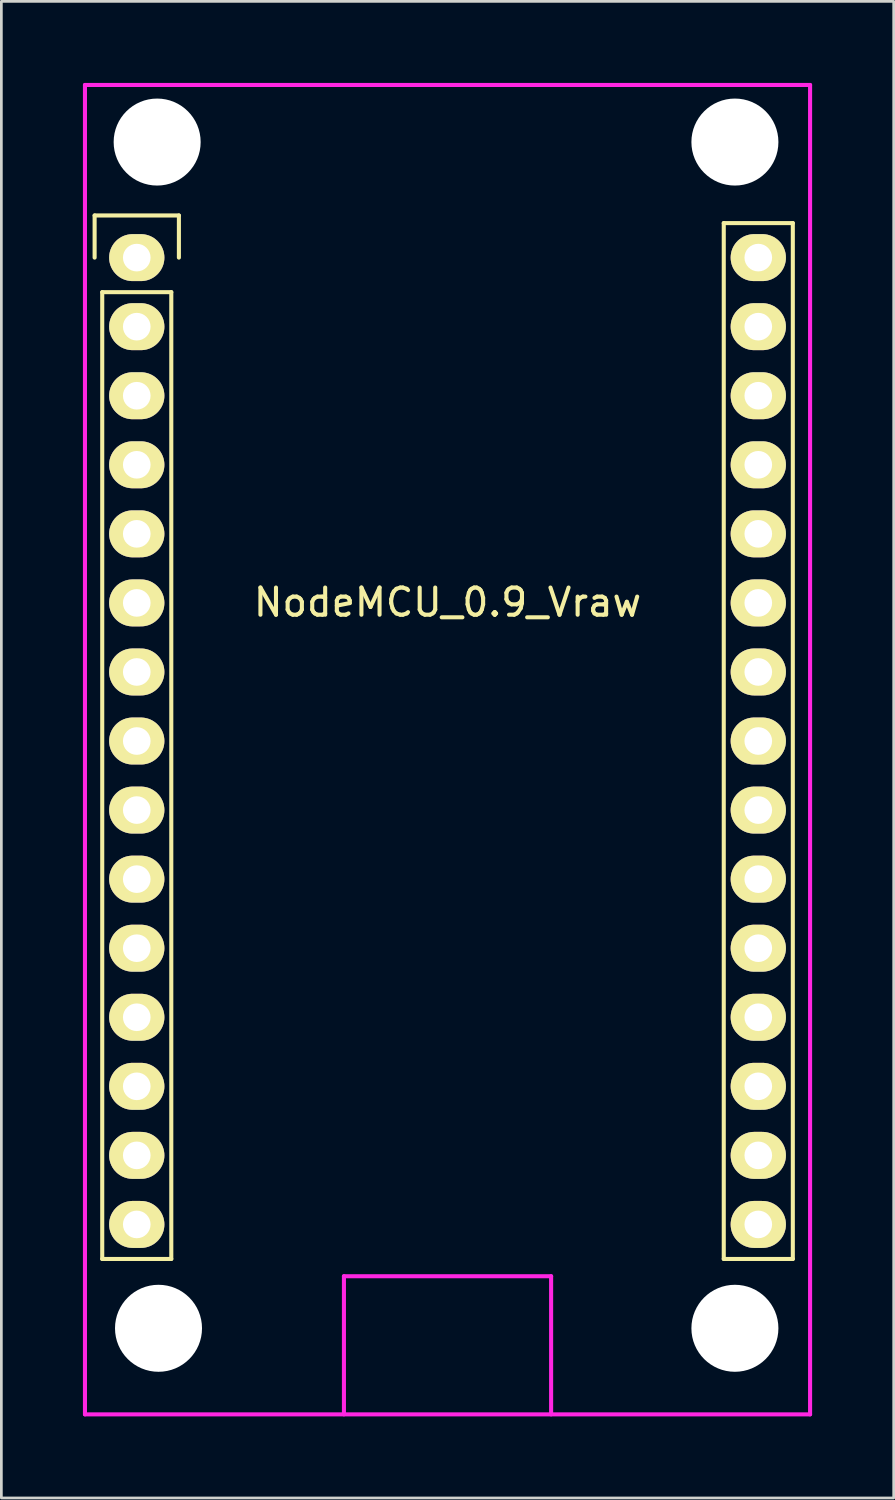
<source format=kicad_pcb>
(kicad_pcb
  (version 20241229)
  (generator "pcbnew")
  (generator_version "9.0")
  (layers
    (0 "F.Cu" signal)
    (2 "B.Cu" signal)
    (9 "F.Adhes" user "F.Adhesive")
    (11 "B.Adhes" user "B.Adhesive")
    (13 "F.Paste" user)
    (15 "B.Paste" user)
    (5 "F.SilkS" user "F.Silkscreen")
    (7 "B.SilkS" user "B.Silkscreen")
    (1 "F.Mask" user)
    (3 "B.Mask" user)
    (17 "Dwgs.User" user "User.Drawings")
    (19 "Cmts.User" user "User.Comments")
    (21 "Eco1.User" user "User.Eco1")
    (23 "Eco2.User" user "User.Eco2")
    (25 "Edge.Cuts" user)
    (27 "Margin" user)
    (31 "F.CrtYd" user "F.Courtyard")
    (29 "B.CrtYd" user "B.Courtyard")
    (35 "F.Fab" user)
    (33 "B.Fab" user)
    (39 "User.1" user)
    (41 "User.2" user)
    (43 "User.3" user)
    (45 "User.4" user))
  (footprint "NodeMCU_0.9_Vraw"
    (layer "F.Cu")
    (at 1.98 6.425)
    (property "Reference" "NodeMCU_0.9_Vraw" (at 11.43 12.68 0) (layer "F.SilkS") (effects (font (size 1 1) (thickness 0.15))))
    (attr through_hole)
    (fp_line (start -1.55 -1.55) (end 1.55 -1.55) (stroke (width 0.15) (type solid)) (layer "F.SilkS"))
    (fp_line (start -1.55 0) (end -1.55 -1.55) (stroke (width 0.15) (type solid)) (layer "F.SilkS"))
    (fp_line (start -1.27 1.27) (end -1.27 36.83) (stroke (width 0.15) (type solid)) (layer "F.SilkS"))
    (fp_line (start -1.27 36.83) (end 1.27 36.83) (stroke (width 0.15) (type solid)) (layer "F.SilkS"))
    (fp_line (start 1.27 1.27) (end -1.27 1.27) (stroke (width 0.15) (type solid)) (layer "F.SilkS"))
    (fp_line (start 1.27 36.83) (end 1.27 1.27) (stroke (width 0.15) (type solid)) (layer "F.SilkS"))
    (fp_line (start 1.55 -1.55) (end 1.55 0) (stroke (width 0.15) (type solid)) (layer "F.SilkS"))
    (fp_line (start 21.59 -1.27) (end 21.59 36.83) (stroke (width 0.15) (type solid)) (layer "F.SilkS"))
    (fp_line (start 21.59 36.83) (end 24.13 36.83) (stroke (width 0.15) (type solid)) (layer "F.SilkS"))
    (fp_line (start 24.13 -1.27) (end 21.59 -1.27) (stroke (width 0.15) (type solid)) (layer "F.SilkS"))
    (fp_line (start 24.13 36.83) (end 24.13 -1.27) (stroke (width 0.15) (type solid)) (layer "F.SilkS"))
    (fp_line (start -1.905 -6.35) (end 24.765 -6.35) (stroke (width 0.15) (type solid)) (layer "F.CrtYd"))
    (fp_line (start -1.905 42.545) (end -1.905 -6.35) (stroke (width 0.15) (type solid)) (layer "F.CrtYd"))
    (fp_line (start 7.62 37.465) (end 15.24 37.465) (stroke (width 0.15) (type solid)) (layer "F.CrtYd"))
    (fp_line (start 7.62 42.545) (end 7.62 37.465) (stroke (width 0.15) (type solid)) (layer "F.CrtYd"))
    (fp_line (start 15.24 37.465) (end 15.24 42.545) (stroke (width 0.15) (type solid)) (layer "F.CrtYd"))
    (fp_line (start 24.765 -6.35) (end 24.765 42.545) (stroke (width 0.15) (type solid)) (layer "F.CrtYd"))
    (fp_line (start 24.765 42.545) (end -1.905 42.545) (stroke (width 0.15) (type solid)) (layer "F.CrtYd"))
    (pad "" np_thru_hole circle (at 0.75 -4.25) (size 3.2 3.2) (drill 3.2) (layers "*.Cu" "*.Mask"))
    (pad "" np_thru_hole circle (at 0.8 39.38) (size 3.2 3.2) (drill 3.2) (layers "*.Cu" "*.Mask"))
    (pad "" np_thru_hole circle (at 22 -4.25) (size 3.2 3.2) (drill 3.2) (layers "*.Cu" "*.Mask"))
    (pad "" np_thru_hole circle (at 22 39.38) (size 3.2 3.2) (drill 3.2) (layers "*.Cu" "*.Mask"))
    (pad "1" thru_hole oval (at 0 0) (size 2.032 1.727) (drill 1.016) (layers "*.Cu" "*.Mask" "F.SilkS"))
    (pad "2" thru_hole oval (at 0 2.54) (size 2.032 1.727) (drill 1.016) (layers "*.Cu" "*.Mask" "F.SilkS"))
    (pad "3" thru_hole oval (at 0 5.08) (size 2.032 1.727) (drill 1.016) (layers "*.Cu" "*.Mask" "F.SilkS"))
    (pad "4" thru_hole oval (at 0 7.62) (size 2.032 1.727) (drill 1.016) (layers "*.Cu" "*.Mask" "F.SilkS"))
    (pad "5" thru_hole oval (at 0 10.16) (size 2.032 1.727) (drill 1.016) (layers "*.Cu" "*.Mask" "F.SilkS"))
    (pad "6" thru_hole oval (at 0 12.7) (size 2.032 1.727) (drill 1.016) (layers "*.Cu" "*.Mask" "F.SilkS"))
    (pad "7" thru_hole oval (at 0 15.24) (size 2.032 1.727) (drill 1.016) (layers "*.Cu" "*.Mask" "F.SilkS"))
    (pad "8" thru_hole oval (at 0 17.78) (size 2.032 1.727) (drill 1.016) (layers "*.Cu" "*.Mask" "F.SilkS"))
    (pad "9" thru_hole oval (at 0 20.32) (size 2.032 1.727) (drill 1.016) (layers "*.Cu" "*.Mask" "F.SilkS"))
    (pad "10" thru_hole oval (at 0 22.86) (size 2.032 1.727) (drill 1.016) (layers "*.Cu" "*.Mask" "F.SilkS"))
    (pad "11" thru_hole oval (at 0 25.4) (size 2.032 1.727) (drill 1.016) (layers "*.Cu" "*.Mask" "F.SilkS"))
    (pad "12" thru_hole oval (at 0 27.94) (size 2.032 1.727) (drill 1.016) (layers "*.Cu" "*.Mask" "F.SilkS"))
    (pad "13" thru_hole oval (at 0 30.48) (size 2.032 1.727) (drill 1.016) (layers "*.Cu" "*.Mask" "F.SilkS"))
    (pad "14" thru_hole oval (at 0 33.02) (size 2.032 1.727) (drill 1.016) (layers "*.Cu" "*.Mask" "F.SilkS"))
    (pad "15" thru_hole oval (at 0 35.56) (size 2.032 1.727) (drill 1.016) (layers "*.Cu" "*.Mask" "F.SilkS"))
    (pad "16" thru_hole oval (at 22.86 35.56) (size 2.032 1.727) (drill 1.016) (layers "*.Cu" "*.Mask" "F.SilkS"))
    (pad "17" thru_hole oval (at 22.86 33.02) (size 2.032 1.727) (drill 1.016) (layers "*.Cu" "*.Mask" "F.SilkS"))
    (pad "18" thru_hole oval (at 22.86 30.48) (size 2.032 1.727) (drill 1.016) (layers "*.Cu" "*.Mask" "F.SilkS"))
    (pad "19" thru_hole oval (at 22.86 27.94) (size 2.032 1.727) (drill 1.016) (layers "*.Cu" "*.Mask" "F.SilkS"))
    (pad "20" thru_hole oval (at 22.86 25.4) (size 2.032 1.727) (drill 1.016) (layers "*.Cu" "*.Mask" "F.SilkS"))
    (pad "21" thru_hole oval (at 22.86 22.86) (size 2.032 1.727) (drill 1.016) (layers "*.Cu" "*.Mask" "F.SilkS"))
    (pad "22" thru_hole oval (at 22.86 20.32) (size 2.032 1.727) (drill 1.016) (layers "*.Cu" "*.Mask" "F.SilkS"))
    (pad "23" thru_hole oval (at 22.86 17.78) (size 2.032 1.727) (drill 1.016) (layers "*.Cu" "*.Mask" "F.SilkS"))
    (pad "24" thru_hole oval (at 22.86 15.24) (size 2.032 1.727) (drill 1.016) (layers "*.Cu" "*.Mask" "F.SilkS"))
    (pad "25" thru_hole oval (at 22.86 12.7) (size 2.032 1.727) (drill 1.016) (layers "*.Cu" "*.Mask" "F.SilkS"))
    (pad "26" thru_hole oval (at 22.86 10.16) (size 2.032 1.727) (drill 1.016) (layers "*.Cu" "*.Mask" "F.SilkS"))
    (pad "27" thru_hole oval (at 22.86 7.62) (size 2.032 1.727) (drill 1.016) (layers "*.Cu" "*.Mask" "F.SilkS"))
    (pad "28" thru_hole oval (at 22.86 5.08) (size 2.032 1.727) (drill 1.016) (layers "*.Cu" "*.Mask" "F.SilkS"))
    (pad "29" thru_hole oval (at 22.86 2.54) (size 2.032 1.727) (drill 1.016) (layers "*.Cu" "*.Mask" "F.SilkS"))
    (pad "30" thru_hole oval (at 22.86 0) (size 2.032 1.727) (drill 1.016) (layers "*.Cu" "*.Mask" "F.SilkS")))
  (gr_rect
    (start -3 -3)
    (end 29.82 52.045)
    (stroke (width 0.1) (type default))
    (fill no)
    (layer "Edge.Cuts")))
</source>
